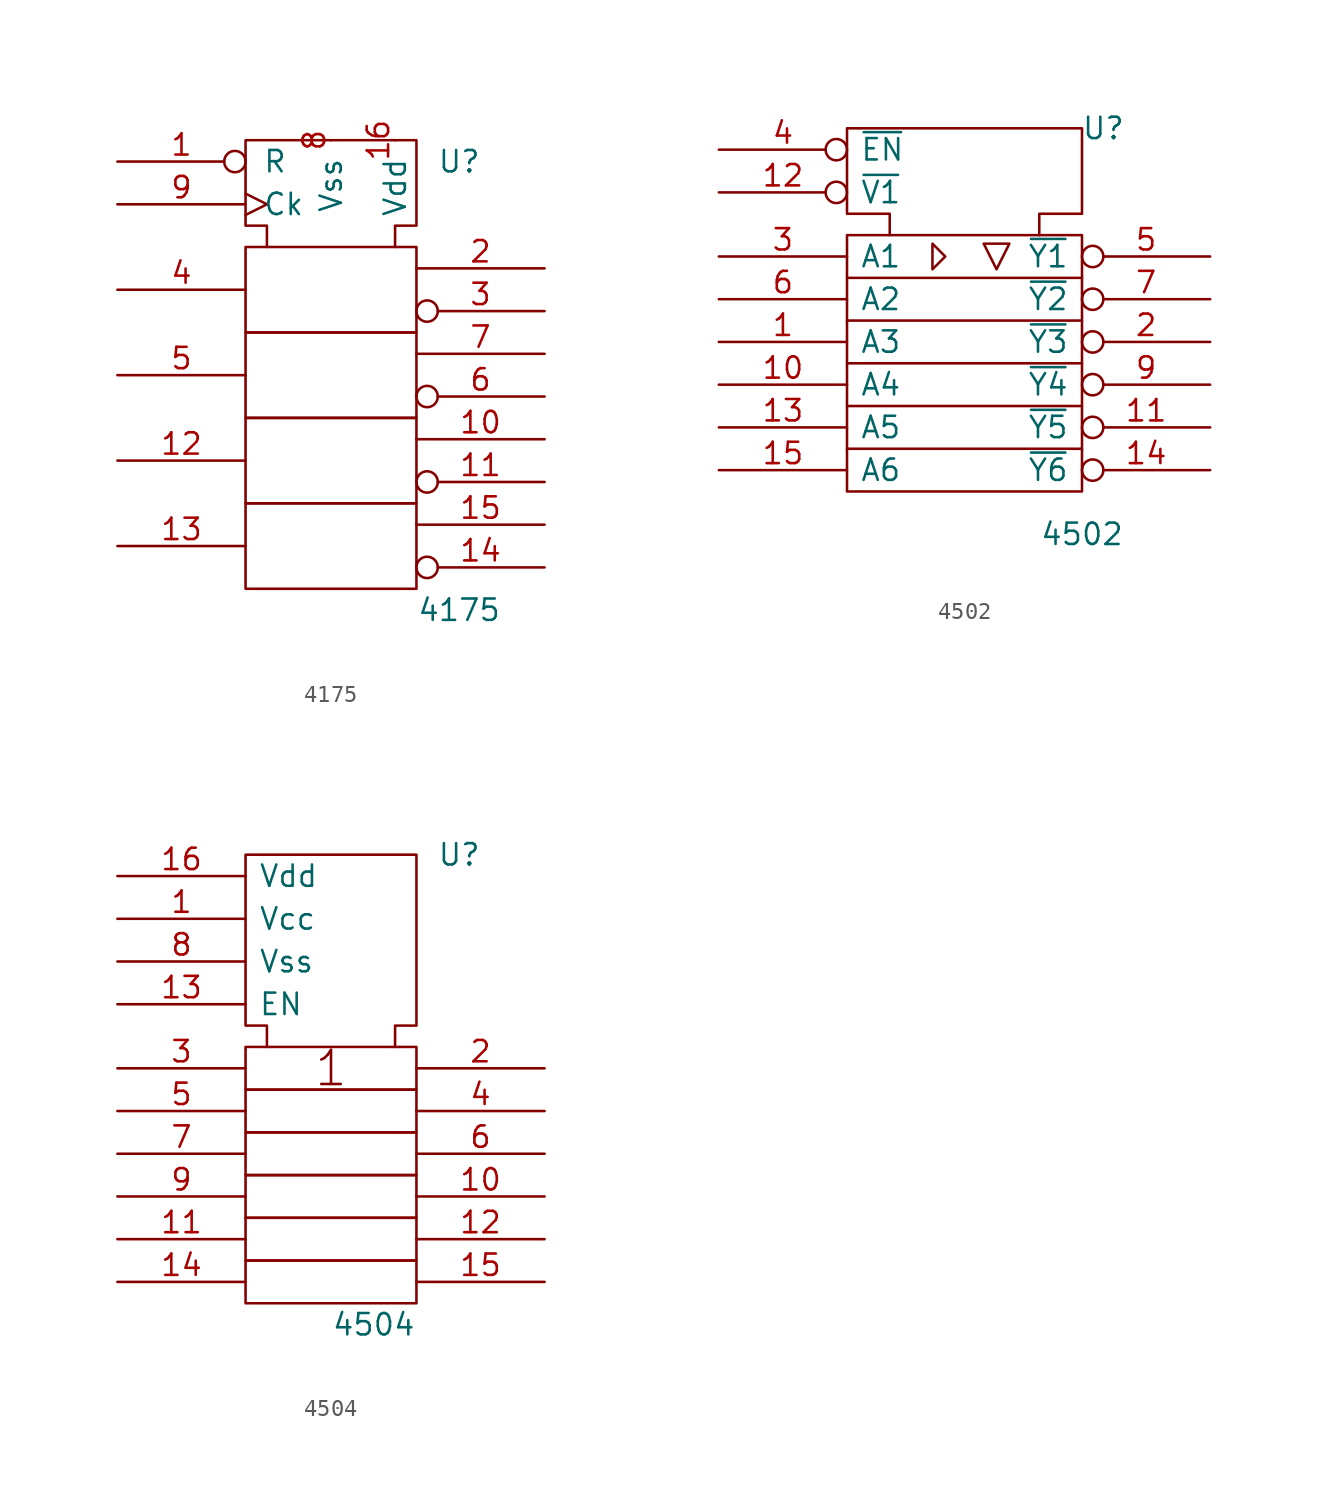
<source format=kicad_sym>
(kicad_symbol_lib
  (version 20211014)
  (generator kicad_symbol_editor)
  (symbol "4175"
    (pin_names
      (offset 1.016))
    (property "Reference" "U"
      (at 7.62 11.43 0)
      (effects (font (size 1.27 1.27))))
    (property "Value" "4175"
      (at 7.62 -15.24 0)
      (effects (font (size 1.27 1.27))))
    (symbol "4175_0_1"
      (rectangle (start -5.08 -8.89) (end 5.08 -13.97) (stroke (width 0) (type default) (color 0 0 0 0)) (fill (type none)))
      (rectangle (start -5.08 1.27) (end 5.08 -3.81) (stroke (width 0) (type default) (color 0 0 0 0)) (fill (type none)))
      (polyline (pts (xy -3.81 6.35) (xy -3.81 7.62) (xy -5.08 7.62) (xy -5.08 12.7) (xy 5.08 12.7) (xy 5.08 7.62) (xy 3.81 7.62) (xy 3.81 6.35) (xy 3.81 6.35)) (stroke (width 0) (type default) (color 0 0 0 0)) (fill (type none)))
      (rectangle (start 5.08 -3.81) (end -5.08 -8.89) (stroke (width 0) (type default) (color 0 0 0 0)) (fill (type none)))
      (rectangle (start 5.08 6.35) (end -5.08 1.27) (stroke (width 0) (type default) (color 0 0 0 0)) (fill (type none))))
    (symbol "4175_1_0"
      (pin input inverted (at -12.7 11.43 0) (length 7.62) (name "R" (effects (font (size 1.27 1.27)))) (number "1" (effects (font (size 1.27 1.27)))))
      (pin output line (at 12.7 -5.08 180) (length 7.62) (name "~" (effects (font (size 1.27 1.27)))) (number "10" (effects (font (size 1.27 1.27)))))
      (pin output inverted (at 12.7 -7.62 180) (length 7.62) (name "~" (effects (font (size 1.27 1.27)))) (number "11" (effects (font (size 1.27 1.27)))))
      (pin input line (at -12.7 -6.35 0) (length 7.62) (name "~" (effects (font (size 1.27 1.27)))) (number "12" (effects (font (size 1.27 1.27)))))
      (pin input line (at -12.7 -11.43 0) (length 7.62) (name "~" (effects (font (size 1.27 1.27)))) (number "13" (effects (font (size 1.27 1.27)))))
      (pin output inverted (at 12.7 -12.7 180) (length 7.62) (name "~" (effects (font (size 1.27 1.27)))) (number "14" (effects (font (size 1.27 1.27)))))
      (pin output line (at 12.7 -10.16 180) (length 7.62) (name "~" (effects (font (size 1.27 1.27)))) (number "15" (effects (font (size 1.27 1.27)))))
      (pin power_in line (at 3.81 12.7 270) (length 0) (name "Vdd" (effects (font (size 1.27 1.27)))) (number "16" (effects (font (size 1.27 1.27)))))
      (pin output line (at 12.7 5.08 180) (length 7.62) (name "~" (effects (font (size 1.27 1.27)))) (number "2" (effects (font (size 1.27 1.27)))))
      (pin output inverted (at 12.7 2.54 180) (length 7.62) (name "~" (effects (font (size 1.27 1.27)))) (number "3" (effects (font (size 1.27 1.27)))))
      (pin input line (at -12.7 3.81 0) (length 7.62) (name "~" (effects (font (size 1.27 1.27)))) (number "4" (effects (font (size 1.27 1.27)))))
      (pin input line (at -12.7 -1.27 0) (length 7.62) (name "~" (effects (font (size 1.27 1.27)))) (number "5" (effects (font (size 1.27 1.27)))))
      (pin output inverted (at 12.7 -2.54 180) (length 7.62) (name "~" (effects (font (size 1.27 1.27)))) (number "6" (effects (font (size 1.27 1.27)))))
      (pin output line (at 12.7 0 180) (length 7.62) (name "~" (effects (font (size 1.27 1.27)))) (number "7" (effects (font (size 1.27 1.27)))))
      (pin power_in line (at 0 12.7 270) (length 0) (name "Vss" (effects (font (size 1.27 1.27)))) (number "8" (effects (font (size 1.27 1.27)))))
      (pin input clock (at -12.7 8.89 0) (length 7.62) (name "Ck" (effects (font (size 1.27 1.27)))) (number "9" (effects (font (size 1.27 1.27)))))))
  (symbol "4502"
    (pin_names
      (offset 0.762))
    (property "Reference" "U"
      (at 7.62 13.97 0)
      (effects (font (size 1.27 1.27))))
    (property "Value" "4502"
      (at 6.35 -10.16 0)
      (effects (font (size 1.27 1.27))))
    (symbol "4502_0_0"
      (polyline (pts (xy -7.62 -5.08) (xy 6.35 -5.08) (xy 6.35 -5.08)) (stroke (width 0) (type default) (color 0 0 0 0)) (fill (type none)))
      (polyline (pts (xy -7.62 0) (xy 6.35 0) (xy 6.35 0)) (stroke (width 0) (type default) (color 0 0 0 0)) (fill (type none)))
      (polyline (pts (xy -7.62 5.08) (xy 6.35 5.08) (xy 6.35 5.08)) (stroke (width 0) (type default) (color 0 0 0 0)) (fill (type none)))
      (polyline (pts (xy -5.08 7.62) (xy 3.81 7.62) (xy 3.81 7.62)) (stroke (width 0) (type default) (color 0 0 0 0)) (fill (type none)))
      (polyline (pts (xy 6.35 -2.54) (xy -7.62 -2.54) (xy -7.62 -2.54)) (stroke (width 0) (type default) (color 0 0 0 0)) (fill (type none)))
      (polyline (pts (xy 6.35 2.54) (xy -7.62 2.54) (xy -7.62 2.54)) (stroke (width 0) (type default) (color 0 0 0 0)) (fill (type none)))
      (polyline (pts (xy -2.54 7.112) (xy -2.54 5.588) (xy -1.778 6.35) (xy -2.54 7.112) (xy -2.54 7.112)) (stroke (width 0) (type default) (color 0 0 0 0)) (fill (type none)))
      (polyline (pts (xy 0.508 7.112) (xy 2.032 7.112) (xy 1.27 5.588) (xy 0.508 7.112) (xy 0.508 7.112)) (stroke (width 0) (type default) (color 0 0 0 0)) (fill (type none)))
      (polyline (pts (xy -7.62 13.97) (xy -7.62 8.89) (xy -5.08 8.89) (xy -5.08 7.62) (xy -7.62 7.62) (xy -7.62 -7.62) (xy 6.35 -7.62) (xy 6.35 7.62) (xy 3.81 7.62) (xy 3.81 8.89) (xy 6.35 8.89) (xy 6.35 13.97) (xy -7.62 13.97) (xy -7.62 13.97)) (stroke (width 0) (type default) (color 0 0 0 0)) (fill (type none)))
      (pin power_in line (at 3.81 13.97 270) (length 0) hide (name "Vdd" (effects (font (size 1.27 1.27)))) (number "16" (effects (font (size 1.27 1.27)))))
      (pin power_in line (at 0 13.97 270) (length 0) hide (name "Vss" (effects (font (size 1.27 1.27)))) (number "8" (effects (font (size 1.27 1.27))))))
    (symbol "4502_1_1"
      (pin input line (at -15.24 1.27 0) (length 7.62) (name "A3" (effects (font (size 1.27 1.27)))) (number "1" (effects (font (size 1.27 1.27)))))
      (pin input line (at -15.24 -1.27 0) (length 7.62) (name "A4" (effects (font (size 1.27 1.27)))) (number "10" (effects (font (size 1.27 1.27)))))
      (pin output inverted (at 13.97 -3.81 180) (length 7.62) (name "~{Y5}" (effects (font (size 1.27 1.27)))) (number "11" (effects (font (size 1.27 1.27)))))
      (pin input inverted (at -15.24 10.16 0) (length 7.62) (name "~{V1}" (effects (font (size 1.27 1.27)))) (number "12" (effects (font (size 1.27 1.27)))))
      (pin input line (at -15.24 -3.81 0) (length 7.62) (name "A5" (effects (font (size 1.27 1.27)))) (number "13" (effects (font (size 1.27 1.27)))))
      (pin output inverted (at 13.97 -6.35 180) (length 7.62) (name "~{Y6}" (effects (font (size 1.27 1.27)))) (number "14" (effects (font (size 1.27 1.27)))))
      (pin input line (at -15.24 -6.35 0) (length 7.62) (name "A6" (effects (font (size 1.27 1.27)))) (number "15" (effects (font (size 1.27 1.27)))))
      (pin output inverted (at 13.97 1.27 180) (length 7.62) (name "~{Y3}" (effects (font (size 1.27 1.27)))) (number "2" (effects (font (size 1.27 1.27)))))
      (pin input line (at -15.24 6.35 0) (length 7.62) (name "A1" (effects (font (size 1.27 1.27)))) (number "3" (effects (font (size 1.27 1.27)))))
      (pin input inverted (at -15.24 12.7 0) (length 7.62) (name "~{EN}" (effects (font (size 1.27 1.27)))) (number "4" (effects (font (size 1.27 1.27)))))
      (pin output inverted (at 13.97 6.35 180) (length 7.62) (name "~{Y1}" (effects (font (size 1.27 1.27)))) (number "5" (effects (font (size 1.27 1.27)))))
      (pin input line (at -15.24 3.81 0) (length 7.62) (name "A2" (effects (font (size 1.27 1.27)))) (number "6" (effects (font (size 1.27 1.27)))))
      (pin output inverted (at 13.97 3.81 180) (length 7.62) (name "~{Y2}" (effects (font (size 1.27 1.27)))) (number "7" (effects (font (size 1.27 1.27)))))
      (pin output inverted (at 13.97 -1.27 180) (length 7.62) (name "~{Y4}" (effects (font (size 1.27 1.27)))) (number "9" (effects (font (size 1.27 1.27)))))))
  (symbol "4504"
    (pin_names
      (offset 0.762))
    (property "Reference" "U"
      (at 7.62 12.7 0)
      (effects (font (size 1.27 1.27))))
    (property "Value" "4504"
      (at 2.54 -15.24 0)
      (effects (font (size 1.27 1.27))))
    (symbol "4504_0_0"
      (rectangle (start -5.08 -11.43) (end 5.08 -13.97) (stroke (width 0) (type default) (color 0 0 0 0)) (fill (type none)))
      (rectangle (start -5.08 -8.89) (end 5.08 -11.43) (stroke (width 0) (type default) (color 0 0 0 0)) (fill (type none)))
      (rectangle (start -5.08 -6.35) (end 5.08 -8.89) (stroke (width 0) (type default) (color 0 0 0 0)) (fill (type none)))
      (rectangle (start -5.08 -3.81) (end 5.08 -6.35) (stroke (width 0) (type default) (color 0 0 0 0)) (fill (type none)))
      (rectangle (start -5.08 -1.27) (end 5.08 -3.81) (stroke (width 0) (type default) (color 0 0 0 0)) (fill (type none)))
      (rectangle (start -5.08 1.27) (end 5.08 -1.27) (stroke (width 0) (type default) (color 0 0 0 0)) (fill (type none)))
      (polyline (pts (xy -3.81 1.27) (xy -3.81 2.54) (xy -5.08 2.54) (xy -5.08 12.7) (xy 5.08 12.7) (xy 5.08 2.54) (xy 3.81 2.54) (xy 3.81 1.27) (xy 3.81 1.27)) (stroke (width 0) (type default) (color 0 0 0 0)) (fill (type none)))
      (text "1" (at 0 0 0) (effects (font (size 2.032 2.032)))))
    (symbol "4504_1_1"
      (pin power_in line (at -12.7 8.89 0) (length 7.62) (name "Vcc" (effects (font (size 1.27 1.27)))) (number "1" (effects (font (size 1.27 1.27)))))
      (pin output line (at 12.7 -7.62 180) (length 7.62) (name "~" (effects (font (size 1.27 1.27)))) (number "10" (effects (font (size 1.27 1.27)))))
      (pin input line (at -12.7 -10.16 0) (length 7.62) (name "~" (effects (font (size 1.27 1.27)))) (number "11" (effects (font (size 1.27 1.27)))))
      (pin output line (at 12.7 -10.16 180) (length 7.62) (name "~" (effects (font (size 1.27 1.27)))) (number "12" (effects (font (size 1.27 1.27)))))
      (pin input line (at -12.7 3.81 0) (length 7.62) (name "EN" (effects (font (size 1.27 1.27)))) (number "13" (effects (font (size 1.27 1.27)))))
      (pin input line (at -12.7 -12.7 0) (length 7.62) (name "~" (effects (font (size 1.27 1.27)))) (number "14" (effects (font (size 1.27 1.27)))))
      (pin output line (at 12.7 -12.7 180) (length 7.62) (name "~" (effects (font (size 1.27 1.27)))) (number "15" (effects (font (size 1.27 1.27)))))
      (pin power_in line (at -12.7 11.43 0) (length 7.62) (name "Vdd" (effects (font (size 1.27 1.27)))) (number "16" (effects (font (size 1.27 1.27)))))
      (pin output line (at 12.7 0 180) (length 7.62) (name "~" (effects (font (size 1.27 1.27)))) (number "2" (effects (font (size 1.27 1.27)))))
      (pin input line (at -12.7 0 0) (length 7.62) (name "~" (effects (font (size 1.27 1.27)))) (number "3" (effects (font (size 1.27 1.27)))))
      (pin output line (at 12.7 -2.54 180) (length 7.62) (name "~" (effects (font (size 1.27 1.27)))) (number "4" (effects (font (size 1.27 1.27)))))
      (pin input line (at -12.7 -2.54 0) (length 7.62) (name "~" (effects (font (size 1.27 1.27)))) (number "5" (effects (font (size 1.27 1.27)))))
      (pin output line (at 12.7 -5.08 180) (length 7.62) (name "~" (effects (font (size 1.27 1.27)))) (number "6" (effects (font (size 1.27 1.27)))))
      (pin input line (at -12.7 -5.08 0) (length 7.62) (name "~" (effects (font (size 1.27 1.27)))) (number "7" (effects (font (size 1.27 1.27)))))
      (pin power_in line (at -12.7 6.35 0) (length 7.62) (name "Vss" (effects (font (size 1.27 1.27)))) (number "8" (effects (font (size 1.27 1.27)))))
      (pin input line (at -12.7 -7.62 0) (length 7.62) (name "~" (effects (font (size 1.27 1.27)))) (number "9" (effects (font (size 1.27 1.27))))))))
</source>
